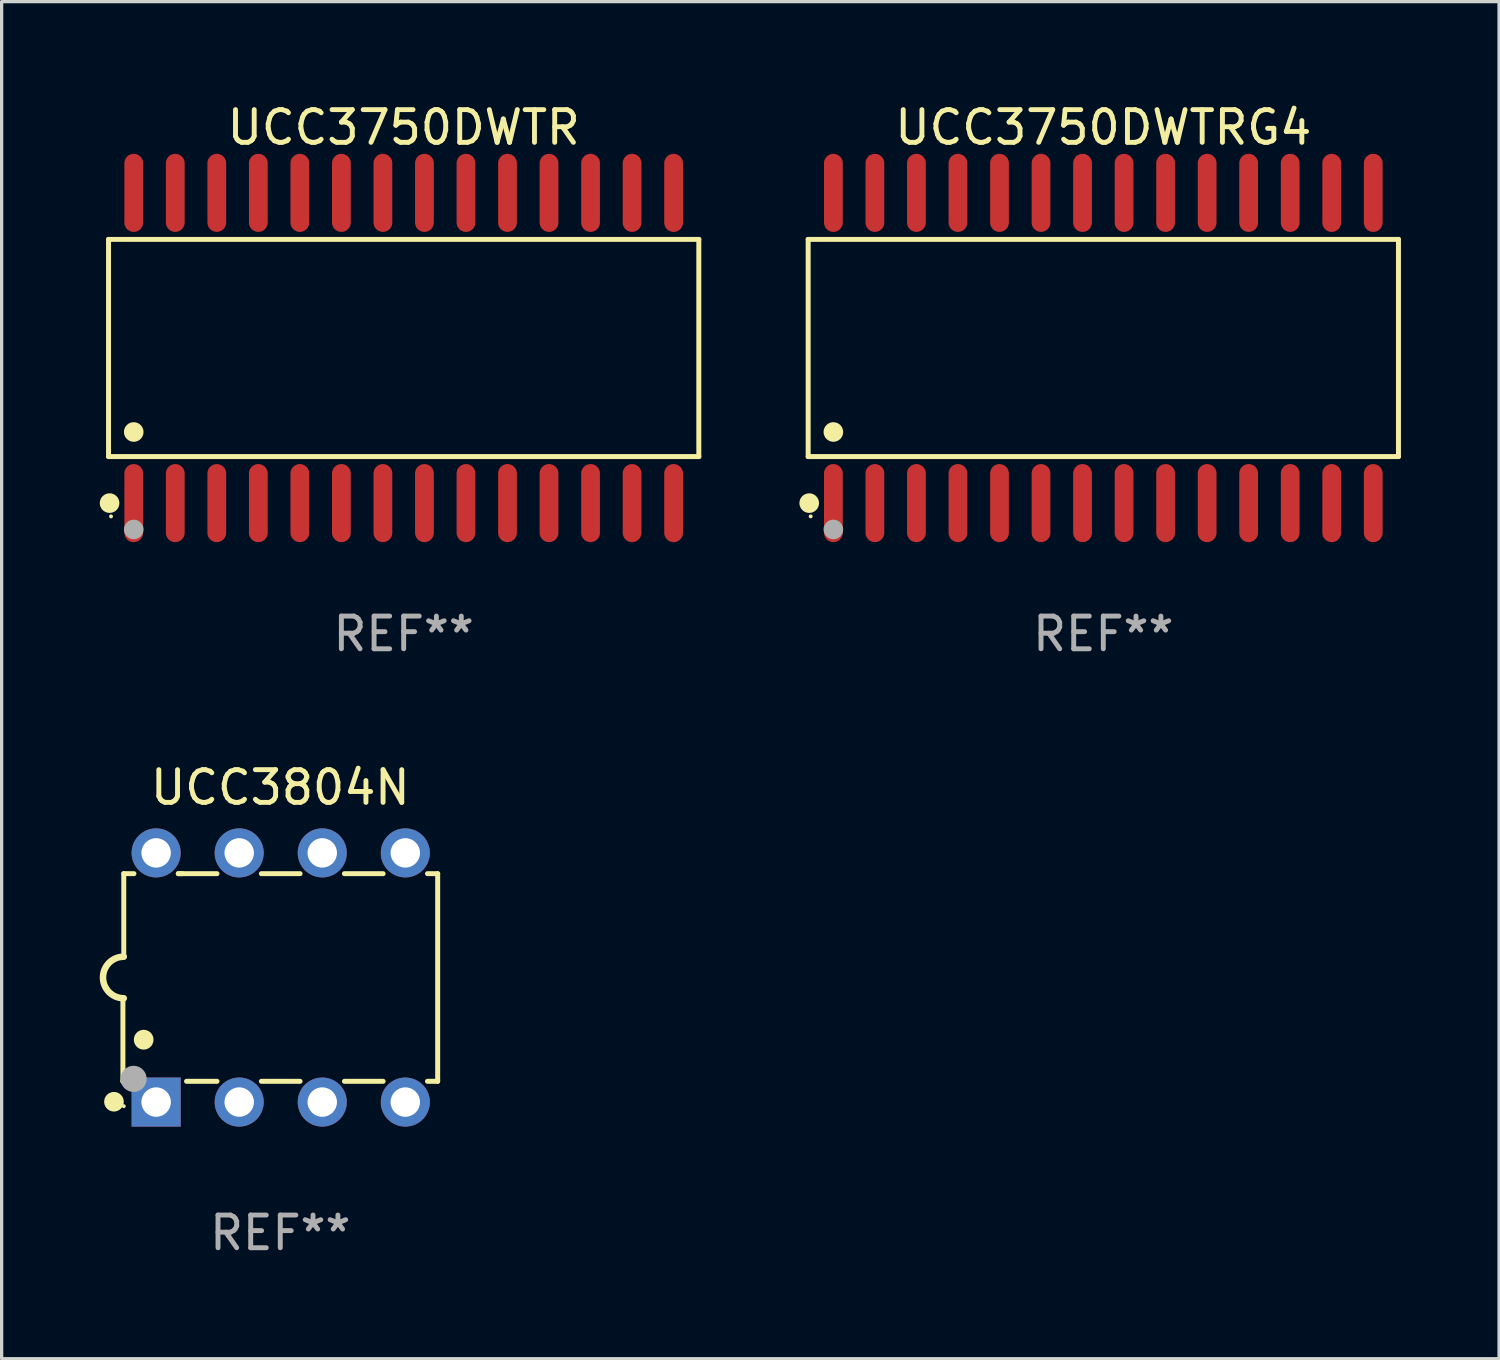
<source format=kicad_pcb>
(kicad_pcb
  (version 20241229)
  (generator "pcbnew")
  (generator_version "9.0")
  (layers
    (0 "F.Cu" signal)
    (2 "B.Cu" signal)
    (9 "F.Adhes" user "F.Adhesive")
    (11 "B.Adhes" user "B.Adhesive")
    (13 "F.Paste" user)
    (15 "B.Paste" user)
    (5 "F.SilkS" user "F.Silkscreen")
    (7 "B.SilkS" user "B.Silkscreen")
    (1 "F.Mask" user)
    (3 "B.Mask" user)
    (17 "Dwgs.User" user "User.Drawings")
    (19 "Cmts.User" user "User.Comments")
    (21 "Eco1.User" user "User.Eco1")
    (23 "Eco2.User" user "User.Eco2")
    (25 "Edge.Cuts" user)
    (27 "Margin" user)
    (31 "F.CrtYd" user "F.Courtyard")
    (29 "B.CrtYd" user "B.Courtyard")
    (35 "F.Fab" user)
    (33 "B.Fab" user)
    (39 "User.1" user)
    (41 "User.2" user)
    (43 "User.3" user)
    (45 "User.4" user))
  (footprint "UCC3804N"
    (layer "F.Cu")
    (at 5.522 26.843)
    (property "Reference" "UCC3804N" (at 0 -5.81 0) (layer "F.SilkS") (effects (font (size 1 1) (thickness 0.15))))
    (attr through_hole)
    (fp_line (start -4.813 0.661) (end -4.787 0.635) (stroke (width 0.152) (type solid)) (layer "F.SilkS"))
    (fp_line (start -4.813 3.175) (end -4.813 0.661) (stroke (width 0.152) (type solid)) (layer "F.SilkS"))
    (fp_line (start -4.787 -3.175) (end -4.476 -3.175) (stroke (width 0.152) (type solid)) (layer "F.SilkS"))
    (fp_line (start -4.787 -0.635) (end -4.787 -3.175) (stroke (width 0.152) (type solid)) (layer "F.SilkS"))
    (fp_line (start -4.727 3.175) (end -4.813 3.175) (stroke (width 0.152) (type solid)) (layer "F.SilkS"))
    (fp_line (start -3.119 -3.175) (end -2.989 -3.175) (stroke (width 0.152) (type solid)) (layer "F.SilkS"))
    (fp_line (start -3.119 -3.175) (end -1.936 -3.175) (stroke (width 0.152) (type solid)) (layer "F.SilkS"))
    (fp_line (start -1.936 3.175) (end -2.867 3.175) (stroke (width 0.152) (type solid)) (layer "F.SilkS"))
    (fp_line (start -0.579 -3.175) (end 0.604 -3.175) (stroke (width 0.152) (type solid)) (layer "F.SilkS"))
    (fp_line (start 0.604 3.175) (end -0.579 3.175) (stroke (width 0.152) (type solid)) (layer "F.SilkS"))
    (fp_line (start 1.961 -3.175) (end 3.144 -3.175) (stroke (width 0.152) (type solid)) (layer "F.SilkS"))
    (fp_line (start 3.144 3.175) (end 1.961 3.175) (stroke (width 0.152) (type solid)) (layer "F.SilkS"))
    (fp_line (start 4.501 -3.175) (end 4.813 -3.175) (stroke (width 0.152) (type solid)) (layer "F.SilkS"))
    (fp_line (start 4.813 -3.175) (end 4.813 3.175) (stroke (width 0.152) (type solid)) (layer "F.SilkS"))
    (fp_line (start 4.813 3.175) (end 4.501 3.175) (stroke (width 0.152) (type solid)) (layer "F.SilkS"))
    (fp_arc (start -4.787325 0.635001) (mid -5.422326 0) (end -4.787325 -0.635001) (stroke (width 0.2) (type solid)) (layer "F.SilkS"))
    (fp_arc (start -4.178308 1.905004) (mid -4.178319 1.902464) (end -4.178308 1.899924) (stroke (width 0.6) (type solid)) (layer "F.SilkS"))
    (fp_circle (center -5.087 3.8) (end -4.937 3.8) (stroke (width 0.3) (type solid)) (fill no) (layer "F.SilkS"))
    (fp_circle (center -4.787 3.935) (end -4.757 3.935) (stroke (width 0.06) (type solid)) (fill no) (layer "F.SilkS"))
    (fp_circle (center -4.487 3.1) (end -4.287 3.1) (stroke (width 0.4) (type solid)) (fill no) (layer "F.Fab"))
    (fp_text user "REF**" (at 0 7.81 0) (layer "F.Fab") (effects (font (size 1 1) (thickness 0.15))))
    (pad "1" thru_hole rect (at -3.797 3.81) (size 1.5 1.5) (drill 0.9) (layers "*.Cu" "*.Mask"))
    (pad "2" thru_hole circle (at -1.257 3.81) (size 1.5 1.5) (drill 0.9) (layers "*.Cu" "*.Mask"))
    (pad "3" thru_hole circle (at 1.283 3.81) (size 1.5 1.5) (drill 0.9) (layers "*.Cu" "*.Mask"))
    (pad "4" thru_hole circle (at 3.823 3.81) (size 1.5 1.5) (drill 0.9) (layers "*.Cu" "*.Mask"))
    (pad "5" thru_hole circle (at 3.823 -3.81) (size 1.5 1.5) (drill 0.9) (layers "*.Cu" "*.Mask"))
    (pad "6" thru_hole circle (at 1.283 -3.81) (size 1.5 1.5) (drill 0.9) (layers "*.Cu" "*.Mask"))
    (pad "7" thru_hole circle (at -1.257 -3.81) (size 1.5 1.5) (drill 0.9) (layers "*.Cu" "*.Mask"))
    (pad "8" thru_hole circle (at -3.797 -3.81) (size 1.5 1.5) (drill 0.9) (layers "*.Cu" "*.Mask")))
  (footprint "UCC3750DWTR"
    (layer "F.Cu")
    (at 9.295 7.592)
    (property "Reference" "UCC3750DWTR" (at 0 -6.744 0) (layer "F.SilkS") (effects (font (size 1 1) (thickness 0.15))))
    (attr through_hole)
    (fp_line (start -9.026 -3.321) (end 9.026 -3.321) (stroke (width 0.152) (type solid)) (layer "F.SilkS"))
    (fp_line (start -9.026 3.321) (end -9.026 -3.321) (stroke (width 0.152) (type solid)) (layer "F.SilkS"))
    (fp_line (start 9.026 -3.321) (end 9.026 3.321) (stroke (width 0.152) (type solid)) (layer "F.SilkS"))
    (fp_line (start 9.026 3.321) (end -9.026 3.321) (stroke (width 0.152) (type solid)) (layer "F.SilkS"))
    (fp_circle (center -8.994 4.744) (end -8.844 4.744) (stroke (width 0.3) (type solid)) (fill no) (layer "F.SilkS"))
    (fp_circle (center -8.95 5.15) (end -8.92 5.15) (stroke (width 0.06) (type solid)) (fill no) (layer "F.SilkS"))
    (fp_circle (center -8.255 2.569) (end -8.105 2.569) (stroke (width 0.3) (type solid)) (fill no) (layer "F.SilkS"))
    (fp_circle (center -8.255 5.55) (end -8.105 5.55) (stroke (width 0.3) (type solid)) (fill no) (layer "F.Fab"))
    (fp_text user "REF**" (at 0 8.744 0) (layer "F.Fab") (effects (font (size 1 1) (thickness 0.15))))
    (pad "1" smd oval (at -8.255 4.744) (size 0.574 2.388) (layers "F.Cu" "F.Mask" "F.Paste"))
    (pad "2" smd oval (at -6.985 4.744) (size 0.574 2.388) (layers "F.Cu" "F.Mask" "F.Paste"))
    (pad "3" smd oval (at -5.715 4.744) (size 0.574 2.388) (layers "F.Cu" "F.Mask" "F.Paste"))
    (pad "4" smd oval (at -4.445 4.744) (size 0.574 2.388) (layers "F.Cu" "F.Mask" "F.Paste"))
    (pad "5" smd oval (at -3.175 4.744) (size 0.574 2.388) (layers "F.Cu" "F.Mask" "F.Paste"))
    (pad "6" smd oval (at -1.905 4.744) (size 0.574 2.388) (layers "F.Cu" "F.Mask" "F.Paste"))
    (pad "7" smd oval (at -0.635 4.744) (size 0.574 2.388) (layers "F.Cu" "F.Mask" "F.Paste"))
    (pad "8" smd oval (at 0.635 4.744) (size 0.574 2.388) (layers "F.Cu" "F.Mask" "F.Paste"))
    (pad "9" smd oval (at 1.905 4.744) (size 0.574 2.388) (layers "F.Cu" "F.Mask" "F.Paste"))
    (pad "10" smd oval (at 3.175 4.744) (size 0.574 2.388) (layers "F.Cu" "F.Mask" "F.Paste"))
    (pad "11" smd oval (at 4.445 4.744) (size 0.574 2.388) (layers "F.Cu" "F.Mask" "F.Paste"))
    (pad "12" smd oval (at 5.715 4.744) (size 0.574 2.388) (layers "F.Cu" "F.Mask" "F.Paste"))
    (pad "13" smd oval (at 6.985 4.744) (size 0.574 2.388) (layers "F.Cu" "F.Mask" "F.Paste"))
    (pad "14" smd oval (at 8.255 4.744) (size 0.574 2.388) (layers "F.Cu" "F.Mask" "F.Paste"))
    (pad "15" smd oval (at 8.255 -4.744) (size 0.574 2.388) (layers "F.Cu" "F.Mask" "F.Paste"))
    (pad "16" smd oval (at 6.985 -4.744) (size 0.574 2.388) (layers "F.Cu" "F.Mask" "F.Paste"))
    (pad "17" smd oval (at 5.715 -4.744) (size 0.574 2.388) (layers "F.Cu" "F.Mask" "F.Paste"))
    (pad "18" smd oval (at 4.445 -4.744) (size 0.574 2.388) (layers "F.Cu" "F.Mask" "F.Paste"))
    (pad "19" smd oval (at 3.175 -4.744) (size 0.574 2.388) (layers "F.Cu" "F.Mask" "F.Paste"))
    (pad "20" smd oval (at 1.905 -4.744) (size 0.574 2.388) (layers "F.Cu" "F.Mask" "F.Paste"))
    (pad "21" smd oval (at 0.635 -4.744) (size 0.574 2.388) (layers "F.Cu" "F.Mask" "F.Paste"))
    (pad "22" smd oval (at -0.635 -4.744) (size 0.574 2.388) (layers "F.Cu" "F.Mask" "F.Paste"))
    (pad "23" smd oval (at -1.905 -4.744) (size 0.574 2.388) (layers "F.Cu" "F.Mask" "F.Paste"))
    (pad "24" smd oval (at -3.175 -4.744) (size 0.574 2.388) (layers "F.Cu" "F.Mask" "F.Paste"))
    (pad "25" smd oval (at -4.445 -4.744) (size 0.574 2.388) (layers "F.Cu" "F.Mask" "F.Paste"))
    (pad "26" smd oval (at -5.715 -4.744) (size 0.574 2.388) (layers "F.Cu" "F.Mask" "F.Paste"))
    (pad "27" smd oval (at -6.985 -4.744) (size 0.574 2.388) (layers "F.Cu" "F.Mask" "F.Paste"))
    (pad "28" smd oval (at -8.255 -4.744) (size 0.574 2.388) (layers "F.Cu" "F.Mask" "F.Paste")))
  (footprint "UCC3750DWTRG4"
    (layer "F.Cu")
    (at 30.691 7.592)
    (property "Reference" "UCC3750DWTRG4" (at 0 -6.744 0) (layer "F.SilkS") (effects (font (size 1 1) (thickness 0.15))))
    (attr through_hole)
    (fp_line (start -9.026 -3.321) (end 9.026 -3.321) (stroke (width 0.152) (type solid)) (layer "F.SilkS"))
    (fp_line (start -9.026 3.321) (end -9.026 -3.321) (stroke (width 0.152) (type solid)) (layer "F.SilkS"))
    (fp_line (start 9.026 -3.321) (end 9.026 3.321) (stroke (width 0.152) (type solid)) (layer "F.SilkS"))
    (fp_line (start 9.026 3.321) (end -9.026 3.321) (stroke (width 0.152) (type solid)) (layer "F.SilkS"))
    (fp_circle (center -8.994 4.744) (end -8.844 4.744) (stroke (width 0.3) (type solid)) (fill no) (layer "F.SilkS"))
    (fp_circle (center -8.95 5.15) (end -8.92 5.15) (stroke (width 0.06) (type solid)) (fill no) (layer "F.SilkS"))
    (fp_circle (center -8.255 2.569) (end -8.105 2.569) (stroke (width 0.3) (type solid)) (fill no) (layer "F.SilkS"))
    (fp_circle (center -8.255 5.55) (end -8.105 5.55) (stroke (width 0.3) (type solid)) (fill no) (layer "F.Fab"))
    (fp_text user "REF**" (at 0 8.744 0) (layer "F.Fab") (effects (font (size 1 1) (thickness 0.15))))
    (pad "1" smd oval (at -8.255 4.744) (size 0.574 2.388) (layers "F.Cu" "F.Mask" "F.Paste"))
    (pad "2" smd oval (at -6.985 4.744) (size 0.574 2.388) (layers "F.Cu" "F.Mask" "F.Paste"))
    (pad "3" smd oval (at -5.715 4.744) (size 0.574 2.388) (layers "F.Cu" "F.Mask" "F.Paste"))
    (pad "4" smd oval (at -4.445 4.744) (size 0.574 2.388) (layers "F.Cu" "F.Mask" "F.Paste"))
    (pad "5" smd oval (at -3.175 4.744) (size 0.574 2.388) (layers "F.Cu" "F.Mask" "F.Paste"))
    (pad "6" smd oval (at -1.905 4.744) (size 0.574 2.388) (layers "F.Cu" "F.Mask" "F.Paste"))
    (pad "7" smd oval (at -0.635 4.744) (size 0.574 2.388) (layers "F.Cu" "F.Mask" "F.Paste"))
    (pad "8" smd oval (at 0.635 4.744) (size 0.574 2.388) (layers "F.Cu" "F.Mask" "F.Paste"))
    (pad "9" smd oval (at 1.905 4.744) (size 0.574 2.388) (layers "F.Cu" "F.Mask" "F.Paste"))
    (pad "10" smd oval (at 3.175 4.744) (size 0.574 2.388) (layers "F.Cu" "F.Mask" "F.Paste"))
    (pad "11" smd oval (at 4.445 4.744) (size 0.574 2.388) (layers "F.Cu" "F.Mask" "F.Paste"))
    (pad "12" smd oval (at 5.715 4.744) (size 0.574 2.388) (layers "F.Cu" "F.Mask" "F.Paste"))
    (pad "13" smd oval (at 6.985 4.744) (size 0.574 2.388) (layers "F.Cu" "F.Mask" "F.Paste"))
    (pad "14" smd oval (at 8.255 4.744) (size 0.574 2.388) (layers "F.Cu" "F.Mask" "F.Paste"))
    (pad "15" smd oval (at 8.255 -4.744) (size 0.574 2.388) (layers "F.Cu" "F.Mask" "F.Paste"))
    (pad "16" smd oval (at 6.985 -4.744) (size 0.574 2.388) (layers "F.Cu" "F.Mask" "F.Paste"))
    (pad "17" smd oval (at 5.715 -4.744) (size 0.574 2.388) (layers "F.Cu" "F.Mask" "F.Paste"))
    (pad "18" smd oval (at 4.445 -4.744) (size 0.574 2.388) (layers "F.Cu" "F.Mask" "F.Paste"))
    (pad "19" smd oval (at 3.175 -4.744) (size 0.574 2.388) (layers "F.Cu" "F.Mask" "F.Paste"))
    (pad "20" smd oval (at 1.905 -4.744) (size 0.574 2.388) (layers "F.Cu" "F.Mask" "F.Paste"))
    (pad "21" smd oval (at 0.635 -4.744) (size 0.574 2.388) (layers "F.Cu" "F.Mask" "F.Paste"))
    (pad "22" smd oval (at -0.635 -4.744) (size 0.574 2.388) (layers "F.Cu" "F.Mask" "F.Paste"))
    (pad "23" smd oval (at -1.905 -4.744) (size 0.574 2.388) (layers "F.Cu" "F.Mask" "F.Paste"))
    (pad "24" smd oval (at -3.175 -4.744) (size 0.574 2.388) (layers "F.Cu" "F.Mask" "F.Paste"))
    (pad "25" smd oval (at -4.445 -4.744) (size 0.574 2.388) (layers "F.Cu" "F.Mask" "F.Paste"))
    (pad "26" smd oval (at -5.715 -4.744) (size 0.574 2.388) (layers "F.Cu" "F.Mask" "F.Paste"))
    (pad "27" smd oval (at -6.985 -4.744) (size 0.574 2.388) (layers "F.Cu" "F.Mask" "F.Paste"))
    (pad "28" smd oval (at -8.255 -4.744) (size 0.574 2.388) (layers "F.Cu" "F.Mask" "F.Paste")))
  (gr_rect
    (start -3 -3)
    (end 42.794 38.501)
    (stroke (width 0.1) (type default))
    (fill no)
    (layer "Edge.Cuts")))
</source>
